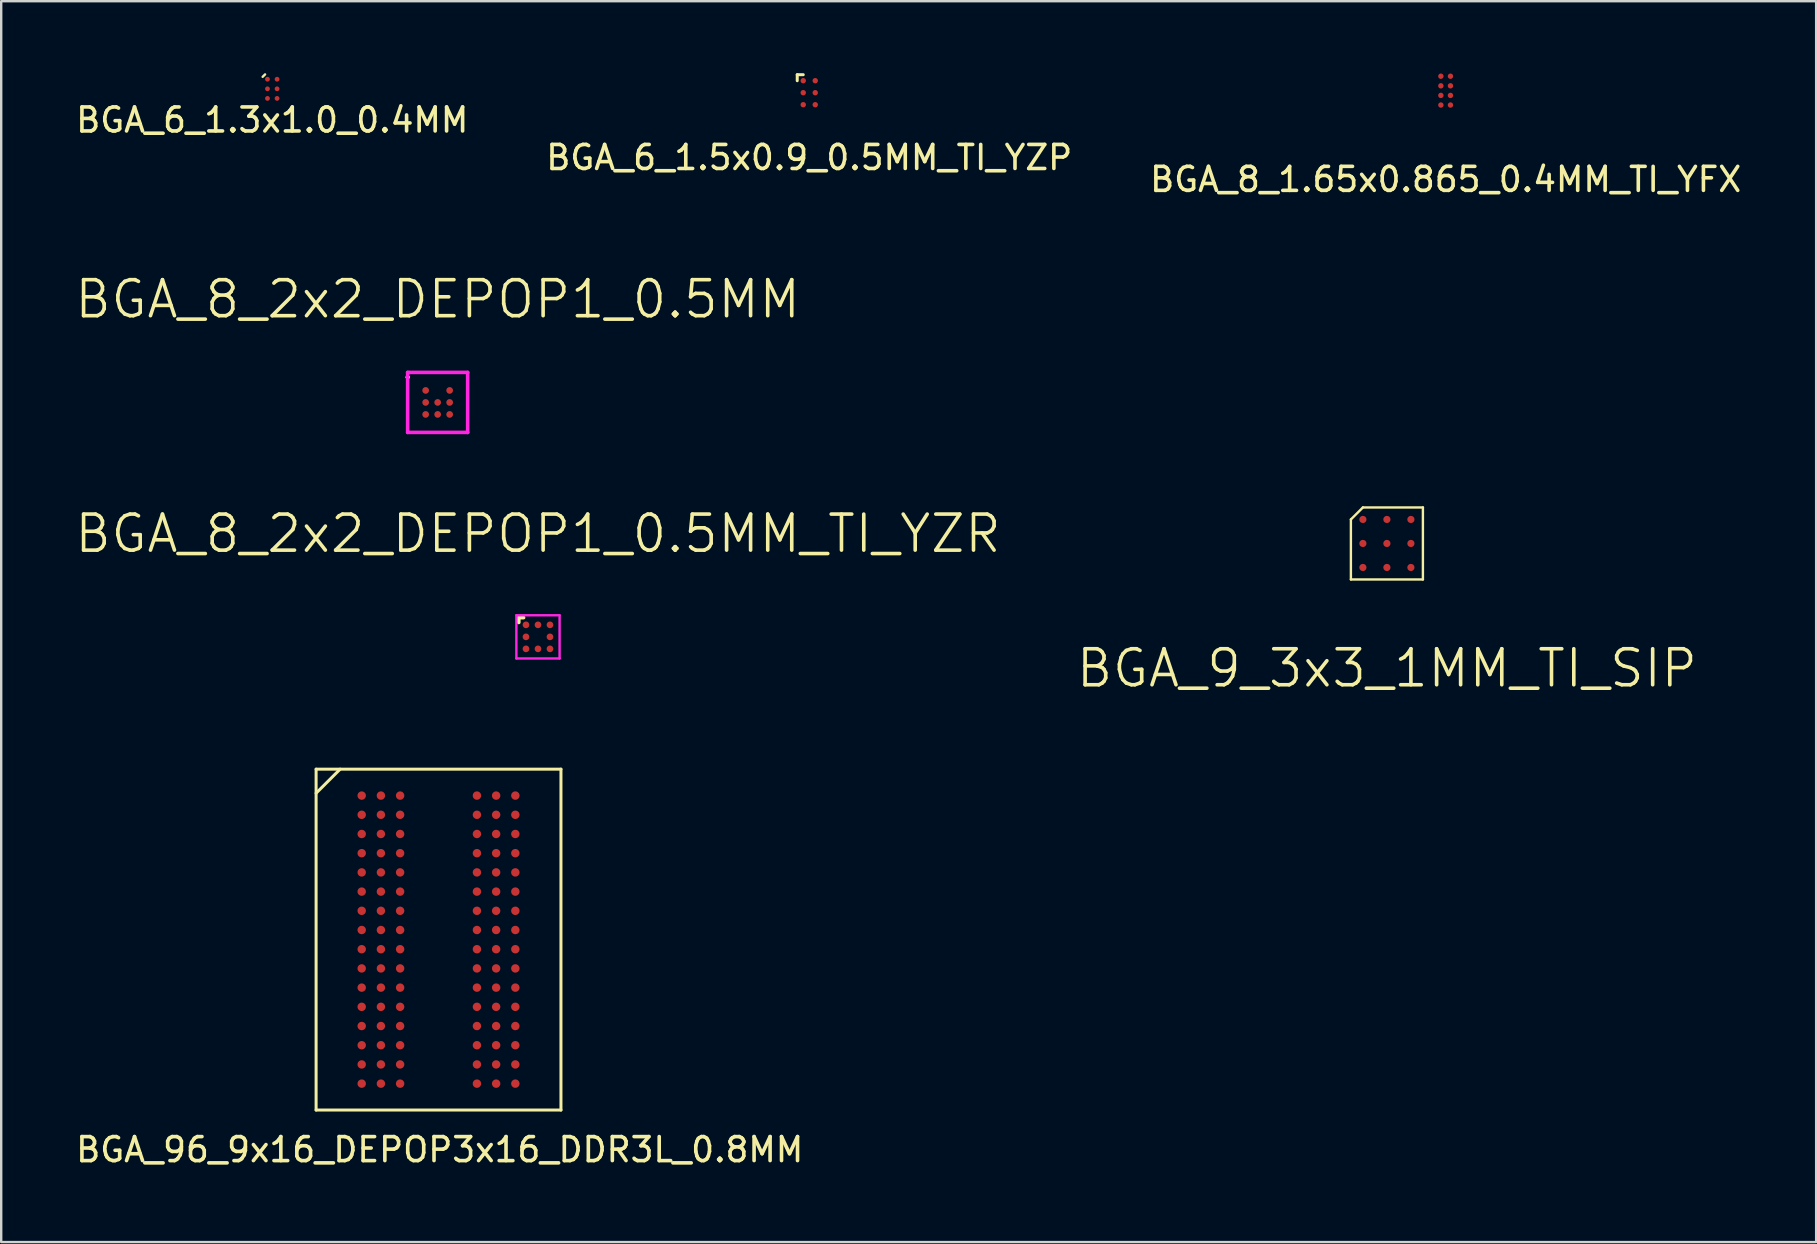
<source format=kicad_pcb>
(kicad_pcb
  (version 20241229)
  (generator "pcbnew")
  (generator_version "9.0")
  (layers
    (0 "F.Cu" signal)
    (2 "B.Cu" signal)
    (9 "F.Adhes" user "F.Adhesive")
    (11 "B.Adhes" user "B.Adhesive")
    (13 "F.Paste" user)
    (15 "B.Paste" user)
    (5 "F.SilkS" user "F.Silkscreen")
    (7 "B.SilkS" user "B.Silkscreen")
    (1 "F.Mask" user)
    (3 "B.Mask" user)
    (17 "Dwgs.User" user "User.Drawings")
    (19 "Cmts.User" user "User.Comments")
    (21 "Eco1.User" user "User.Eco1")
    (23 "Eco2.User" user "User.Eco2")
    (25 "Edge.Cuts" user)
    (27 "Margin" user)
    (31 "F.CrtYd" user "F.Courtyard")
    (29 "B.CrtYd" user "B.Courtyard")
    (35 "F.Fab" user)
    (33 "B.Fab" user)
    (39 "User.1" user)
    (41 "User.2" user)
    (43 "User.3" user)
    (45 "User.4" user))
  (footprint "BGA_6_1.5x0.9_0.5MM_TI_YZP"
    (layer "F.Cu")
    (at 30.661 0.812)
    (property "Reference" "BGA_6_1.5x0.9_0.5MM_TI_YZP" (at 0 2.7 0) (layer "F.SilkS") (effects (font (size 1 1) (thickness 0.15))))
    (attr through_hole)
    (fp_line (start -0.5 -0.75) (end -0.5 -0.5) (stroke (width 0.125) (type solid)) (layer "F.SilkS"))
    (fp_line (start -0.25 -0.75) (end -0.5 -0.75) (stroke (width 0.125) (type solid)) (layer "F.SilkS"))
    (pad "" smd rect (at -0.25 -0.5) (size 0.25 0.25) (layers "F.Paste"))
    (pad "" smd rect (at -0.25 0) (size 0.25 0.25) (layers "F.Paste"))
    (pad "" smd rect (at -0.25 0.5) (size 0.25 0.25) (layers "F.Paste"))
    (pad "" smd rect (at 0.25 -0.5) (size 0.25 0.25) (layers "F.Paste"))
    (pad "" smd rect (at 0.25 0) (size 0.25 0.25) (layers "F.Paste"))
    (pad "" smd rect (at 0.25 0.5) (size 0.25 0.25) (layers "F.Paste"))
    (pad "A1" smd circle (at -0.25 -0.5) (size 0.225 0.225) (layers "F.Cu" "F.Mask"))
    (pad "A2" smd circle (at 0.25 -0.5) (size 0.225 0.225) (layers "F.Cu" "F.Mask"))
    (pad "B1" smd circle (at -0.25 0) (size 0.225 0.225) (layers "F.Cu" "F.Mask"))
    (pad "B2" smd circle (at 0.25 0) (size 0.225 0.225) (layers "F.Cu" "F.Mask"))
    (pad "C1" smd circle (at -0.25 0.5) (size 0.225 0.225) (layers "F.Cu" "F.Mask"))
    (pad "C2" smd circle (at 0.25 0.5) (size 0.225 0.225) (layers "F.Cu" "F.Mask")))
  (footprint "BGA_96_9x16_DEPOP3x16_DDR3L_0.8MM"
    (layer "F.Cu")
    (at 15.218 36.092)
    (property "Reference" "BGA_96_9x16_DEPOP3x16_DDR3L_0.8MM" (at 0.05 8.75 0) (layer "F.SilkS") (effects (font (size 1 1) (thickness 0.15))))
    (attr smd)
    (fp_line (start -5.1 -7.1) (end -5.1 7.1) (stroke (width 0.125) (type solid)) (layer "F.SilkS"))
    (fp_line (start -5.1 -7.1) (end 5.1 -7.1) (stroke (width 0.125) (type solid)) (layer "F.SilkS"))
    (fp_line (start -5.1 7.1) (end 5.1 7.1) (stroke (width 0.125) (type solid)) (layer "F.SilkS"))
    (fp_line (start -4.1 -7.1) (end -5.1 -6.1) (stroke (width 0.125) (type solid)) (layer "F.SilkS"))
    (fp_line (start 5.1 7.1) (end 5.1 -7.1) (stroke (width 0.125) (type solid)) (layer "F.SilkS"))
    (pad "A1" smd circle (at -3.2 -6) (size 0.35 0.35) (layers "F.Cu" "F.Mask" "F.Paste"))
    (pad "A2" smd circle (at -2.4 -6) (size 0.35 0.35) (layers "F.Cu" "F.Mask" "F.Paste"))
    (pad "A3" smd circle (at -1.6 -6) (size 0.35 0.35) (layers "F.Cu" "F.Mask" "F.Paste"))
    (pad "A7" smd circle (at 1.6 -6) (size 0.35 0.35) (layers "F.Cu" "F.Mask" "F.Paste"))
    (pad "A8" smd circle (at 2.4 -6) (size 0.35 0.35) (layers "F.Cu" "F.Mask" "F.Paste"))
    (pad "A9" smd circle (at 3.2 -6) (size 0.35 0.35) (layers "F.Cu" "F.Mask" "F.Paste"))
    (pad "B1" smd circle (at -3.2 -5.2) (size 0.35 0.35) (layers "F.Cu" "F.Mask" "F.Paste"))
    (pad "B2" smd circle (at -2.4 -5.2) (size 0.35 0.35) (layers "F.Cu" "F.Mask" "F.Paste"))
    (pad "B3" smd circle (at -1.6 -5.2) (size 0.35 0.35) (layers "F.Cu" "F.Mask" "F.Paste"))
    (pad "B7" smd circle (at 1.6 -5.2) (size 0.35 0.35) (layers "F.Cu" "F.Mask" "F.Paste"))
    (pad "B8" smd circle (at 2.4 -5.2) (size 0.35 0.35) (layers "F.Cu" "F.Mask" "F.Paste"))
    (pad "B9" smd circle (at 3.2 -5.2) (size 0.35 0.35) (layers "F.Cu" "F.Mask" "F.Paste"))
    (pad "C1" smd circle (at -3.2 -4.4) (size 0.35 0.35) (layers "F.Cu" "F.Mask" "F.Paste"))
    (pad "C2" smd circle (at -2.4 -4.4) (size 0.35 0.35) (layers "F.Cu" "F.Mask" "F.Paste"))
    (pad "C3" smd circle (at -1.6 -4.4) (size 0.35 0.35) (layers "F.Cu" "F.Mask" "F.Paste"))
    (pad "C7" smd circle (at 1.6 -4.4) (size 0.35 0.35) (layers "F.Cu" "F.Mask" "F.Paste"))
    (pad "C8" smd circle (at 2.4 -4.4) (size 0.35 0.35) (layers "F.Cu" "F.Mask" "F.Paste"))
    (pad "C9" smd circle (at 3.2 -4.4) (size 0.35 0.35) (layers "F.Cu" "F.Mask" "F.Paste"))
    (pad "D1" smd circle (at -3.2 -3.6) (size 0.35 0.35) (layers "F.Cu" "F.Mask" "F.Paste"))
    (pad "D2" smd circle (at -2.4 -3.6) (size 0.35 0.35) (layers "F.Cu" "F.Mask" "F.Paste"))
    (pad "D3" smd circle (at -1.6 -3.6) (size 0.35 0.35) (layers "F.Cu" "F.Mask" "F.Paste"))
    (pad "D7" smd circle (at 1.6 -3.6) (size 0.35 0.35) (layers "F.Cu" "F.Mask" "F.Paste"))
    (pad "D8" smd circle (at 2.4 -3.6) (size 0.35 0.35) (layers "F.Cu" "F.Mask" "F.Paste"))
    (pad "D9" smd circle (at 3.2 -3.6) (size 0.35 0.35) (layers "F.Cu" "F.Mask" "F.Paste"))
    (pad "E1" smd circle (at -3.2 -2.8) (size 0.35 0.35) (layers "F.Cu" "F.Mask" "F.Paste"))
    (pad "E2" smd circle (at -2.4 -2.8) (size 0.35 0.35) (layers "F.Cu" "F.Mask" "F.Paste"))
    (pad "E3" smd circle (at -1.6 -2.8) (size 0.35 0.35) (layers "F.Cu" "F.Mask" "F.Paste"))
    (pad "E7" smd circle (at 1.6 -2.8) (size 0.35 0.35) (layers "F.Cu" "F.Mask" "F.Paste"))
    (pad "E8" smd circle (at 2.4 -2.8) (size 0.35 0.35) (layers "F.Cu" "F.Mask" "F.Paste"))
    (pad "E9" smd circle (at 3.2 -2.8) (size 0.35 0.35) (layers "F.Cu" "F.Mask" "F.Paste"))
    (pad "F1" smd circle (at -3.2 -2) (size 0.35 0.35) (layers "F.Cu" "F.Mask" "F.Paste"))
    (pad "F2" smd circle (at -2.4 -2) (size 0.35 0.35) (layers "F.Cu" "F.Mask" "F.Paste"))
    (pad "F3" smd circle (at -1.6 -2) (size 0.35 0.35) (layers "F.Cu" "F.Mask" "F.Paste"))
    (pad "F7" smd circle (at 1.6 -2) (size 0.35 0.35) (layers "F.Cu" "F.Mask" "F.Paste"))
    (pad "F8" smd circle (at 2.4 -2) (size 0.35 0.35) (layers "F.Cu" "F.Mask" "F.Paste"))
    (pad "F9" smd circle (at 3.2 -2) (size 0.35 0.35) (layers "F.Cu" "F.Mask" "F.Paste"))
    (pad "G1" smd circle (at -3.2 -1.2) (size 0.35 0.35) (layers "F.Cu" "F.Mask" "F.Paste"))
    (pad "G2" smd circle (at -2.4 -1.2) (size 0.35 0.35) (layers "F.Cu" "F.Mask" "F.Paste"))
    (pad "G3" smd circle (at -1.6 -1.2) (size 0.35 0.35) (layers "F.Cu" "F.Mask" "F.Paste"))
    (pad "G7" smd circle (at 1.6 -1.2) (size 0.35 0.35) (layers "F.Cu" "F.Mask" "F.Paste"))
    (pad "G8" smd circle (at 2.4 -1.2) (size 0.35 0.35) (layers "F.Cu" "F.Mask" "F.Paste"))
    (pad "G9" smd circle (at 3.2 -1.2) (size 0.35 0.35) (layers "F.Cu" "F.Mask" "F.Paste"))
    (pad "H1" smd circle (at -3.2 -0.4) (size 0.35 0.35) (layers "F.Cu" "F.Mask" "F.Paste"))
    (pad "H2" smd circle (at -2.4 -0.4) (size 0.35 0.35) (layers "F.Cu" "F.Mask" "F.Paste"))
    (pad "H3" smd circle (at -1.6 -0.4) (size 0.35 0.35) (layers "F.Cu" "F.Mask" "F.Paste"))
    (pad "H7" smd circle (at 1.6 -0.4) (size 0.35 0.35) (layers "F.Cu" "F.Mask" "F.Paste"))
    (pad "H8" smd circle (at 2.4 -0.4) (size 0.35 0.35) (layers "F.Cu" "F.Mask" "F.Paste"))
    (pad "H9" smd circle (at 3.2 -0.4) (size 0.35 0.35) (layers "F.Cu" "F.Mask" "F.Paste"))
    (pad "J1" smd circle (at -3.2 0.4) (size 0.35 0.35) (layers "F.Cu" "F.Mask" "F.Paste"))
    (pad "J2" smd circle (at -2.4 0.4) (size 0.35 0.35) (layers "F.Cu" "F.Mask" "F.Paste"))
    (pad "J3" smd circle (at -1.6 0.4) (size 0.35 0.35) (layers "F.Cu" "F.Mask" "F.Paste"))
    (pad "J7" smd circle (at 1.6 0.4) (size 0.35 0.35) (layers "F.Cu" "F.Mask" "F.Paste"))
    (pad "J8" smd circle (at 2.4 0.4) (size 0.35 0.35) (layers "F.Cu" "F.Mask" "F.Paste"))
    (pad "J9" smd circle (at 3.2 0.4) (size 0.35 0.35) (layers "F.Cu" "F.Mask" "F.Paste"))
    (pad "K1" smd circle (at -3.2 1.2) (size 0.35 0.35) (layers "F.Cu" "F.Mask" "F.Paste"))
    (pad "K2" smd circle (at -2.4 1.2) (size 0.35 0.35) (layers "F.Cu" "F.Mask" "F.Paste"))
    (pad "K3" smd circle (at -1.6 1.2) (size 0.35 0.35) (layers "F.Cu" "F.Mask" "F.Paste"))
    (pad "K7" smd circle (at 1.6 1.2) (size 0.35 0.35) (layers "F.Cu" "F.Mask" "F.Paste"))
    (pad "K8" smd circle (at 2.4 1.2) (size 0.35 0.35) (layers "F.Cu" "F.Mask" "F.Paste"))
    (pad "K9" smd circle (at 3.2 1.2) (size 0.35 0.35) (layers "F.Cu" "F.Mask" "F.Paste"))
    (pad "L1" smd circle (at -3.2 2) (size 0.35 0.35) (layers "F.Cu" "F.Mask" "F.Paste"))
    (pad "L2" smd circle (at -2.4 2) (size 0.35 0.35) (layers "F.Cu" "F.Mask" "F.Paste"))
    (pad "L3" smd circle (at -1.6 2) (size 0.35 0.35) (layers "F.Cu" "F.Mask" "F.Paste"))
    (pad "L7" smd circle (at 1.6 2) (size 0.35 0.35) (layers "F.Cu" "F.Mask" "F.Paste"))
    (pad "L8" smd circle (at 2.4 2) (size 0.35 0.35) (layers "F.Cu" "F.Mask" "F.Paste"))
    (pad "L9" smd circle (at 3.2 2) (size 0.35 0.35) (layers "F.Cu" "F.Mask" "F.Paste"))
    (pad "M1" smd circle (at -3.2 2.8) (size 0.35 0.35) (layers "F.Cu" "F.Mask" "F.Paste"))
    (pad "M2" smd circle (at -2.4 2.8) (size 0.35 0.35) (layers "F.Cu" "F.Mask" "F.Paste"))
    (pad "M3" smd circle (at -1.6 2.8) (size 0.35 0.35) (layers "F.Cu" "F.Mask" "F.Paste"))
    (pad "M7" smd circle (at 1.6 2.8) (size 0.35 0.35) (layers "F.Cu" "F.Mask" "F.Paste"))
    (pad "M8" smd circle (at 2.4 2.8) (size 0.35 0.35) (layers "F.Cu" "F.Mask" "F.Paste"))
    (pad "M9" smd circle (at 3.2 2.8) (size 0.35 0.35) (layers "F.Cu" "F.Mask" "F.Paste"))
    (pad "N1" smd circle (at -3.2 3.6) (size 0.35 0.35) (layers "F.Cu" "F.Mask" "F.Paste"))
    (pad "N2" smd circle (at -2.4 3.6) (size 0.35 0.35) (layers "F.Cu" "F.Mask" "F.Paste"))
    (pad "N3" smd circle (at -1.6 3.6) (size 0.35 0.35) (layers "F.Cu" "F.Mask" "F.Paste"))
    (pad "N7" smd circle (at 1.6 3.6) (size 0.35 0.35) (layers "F.Cu" "F.Mask" "F.Paste"))
    (pad "N8" smd circle (at 2.4 3.6) (size 0.35 0.35) (layers "F.Cu" "F.Mask" "F.Paste"))
    (pad "N9" smd circle (at 3.2 3.6) (size 0.35 0.35) (layers "F.Cu" "F.Mask" "F.Paste"))
    (pad "P1" smd circle (at -3.2 4.4) (size 0.35 0.35) (layers "F.Cu" "F.Mask" "F.Paste"))
    (pad "P2" smd circle (at -2.4 4.4) (size 0.35 0.35) (layers "F.Cu" "F.Mask" "F.Paste"))
    (pad "P3" smd circle (at -1.6 4.4) (size 0.35 0.35) (layers "F.Cu" "F.Mask" "F.Paste"))
    (pad "P7" smd circle (at 1.6 4.4) (size 0.35 0.35) (layers "F.Cu" "F.Mask" "F.Paste"))
    (pad "P8" smd circle (at 2.4 4.4) (size 0.35 0.35) (layers "F.Cu" "F.Mask" "F.Paste"))
    (pad "P9" smd circle (at 3.2 4.4) (size 0.35 0.35) (layers "F.Cu" "F.Mask" "F.Paste"))
    (pad "R1" smd circle (at -3.2 5.2) (size 0.35 0.35) (layers "F.Cu" "F.Mask" "F.Paste"))
    (pad "R2" smd circle (at -2.4 5.2) (size 0.35 0.35) (layers "F.Cu" "F.Mask" "F.Paste"))
    (pad "R3" smd circle (at -1.6 5.2) (size 0.35 0.35) (layers "F.Cu" "F.Mask" "F.Paste"))
    (pad "R7" smd circle (at 1.6 5.2) (size 0.35 0.35) (layers "F.Cu" "F.Mask" "F.Paste"))
    (pad "R8" smd circle (at 2.4 5.2) (size 0.35 0.35) (layers "F.Cu" "F.Mask" "F.Paste"))
    (pad "R9" smd circle (at 3.2 5.2) (size 0.35 0.35) (layers "F.Cu" "F.Mask" "F.Paste"))
    (pad "T1" smd circle (at -3.2 6) (size 0.35 0.35) (layers "F.Cu" "F.Mask" "F.Paste"))
    (pad "T2" smd circle (at -2.4 6) (size 0.35 0.35) (layers "F.Cu" "F.Mask" "F.Paste"))
    (pad "T3" smd circle (at -1.6 6) (size 0.35 0.35) (layers "F.Cu" "F.Mask" "F.Paste"))
    (pad "T7" smd circle (at 1.6 6) (size 0.35 0.35) (layers "F.Cu" "F.Mask" "F.Paste"))
    (pad "T8" smd circle (at 2.4 6) (size 0.35 0.35) (layers "F.Cu" "F.Mask" "F.Paste"))
    (pad "T9" smd circle (at 3.2 6) (size 0.35 0.35) (layers "F.Cu" "F.Mask" "F.Paste")))
  (footprint "BGA_8_1.65x0.865_0.4MM_TI_YFX"
    (layer "F.Cu")
    (at 57.173 0.725)
    (property "Reference" "BGA_8_1.65x0.865_0.4MM_TI_YFX" (at 0 3.7 0) (unlocked yes) (layer "F.SilkS") (effects (font (size 1 1) (thickness 0.15))))
    (attr smd)
    (pad "" smd roundrect (at -0.2 -0.6) (size 0.25 0.25) (layers "F.Paste") (roundrect_rratio 0.222))
    (pad "" smd roundrect (at -0.2 -0.2) (size 0.25 0.25) (layers "F.Paste") (roundrect_rratio 0.222))
    (pad "" smd roundrect (at -0.2 0.2) (size 0.25 0.25) (layers "F.Paste") (roundrect_rratio 0.222))
    (pad "" smd roundrect (at -0.2 0.6) (size 0.25 0.25) (layers "F.Paste") (roundrect_rratio 0.222))
    (pad "" smd roundrect (at 0.2 -0.6) (size 0.25 0.25) (layers "F.Paste") (roundrect_rratio 0.222))
    (pad "" smd roundrect (at 0.2 -0.2) (size 0.25 0.25) (layers "F.Paste") (roundrect_rratio 0.222))
    (pad "" smd roundrect (at 0.2 0.2) (size 0.25 0.25) (layers "F.Paste") (roundrect_rratio 0.222))
    (pad "" smd roundrect (at 0.2 0.6) (size 0.25 0.25) (layers "F.Paste") (roundrect_rratio 0.222))
    (pad "A1" smd circle (at -0.2 -0.6) (size 0.225 0.225) (layers "F.Cu" "F.Mask"))
    (pad "A2" smd circle (at 0.2 -0.6) (size 0.225 0.225) (layers "F.Cu" "F.Mask"))
    (pad "B1" smd circle (at -0.2 -0.2) (size 0.225 0.225) (layers "F.Cu" "F.Mask"))
    (pad "B2" smd circle (at 0.2 -0.2) (size 0.225 0.225) (layers "F.Cu" "F.Mask"))
    (pad "C1" smd circle (at -0.2 0.2) (size 0.225 0.225) (layers "F.Cu" "F.Mask"))
    (pad "C2" smd circle (at 0.2 0.2) (size 0.225 0.225) (layers "F.Cu" "F.Mask"))
    (pad "D1" smd circle (at -0.2 0.6) (size 0.225 0.225) (layers "F.Cu" "F.Mask"))
    (pad "D2" smd circle (at 0.2 0.6) (size 0.225 0.225) (layers "F.Cu" "F.Mask")))
  (footprint "BGA_9_3x3_1MM_TI_SIP"
    (layer "F.Cu")
    (at 54.725 19.589)
    (property "Reference" "BGA_9_3x3_1MM_TI_SIP" (at 0 5.2 0) (layer "F.SilkS") (effects (font (size 1.5 1.5) (thickness 0.15))))
    (attr smd)
    (fp_line (start -1.5 -1) (end -1.5 1.5) (stroke (width 0.1) (type solid)) (layer "F.SilkS"))
    (fp_line (start -1.5 -1) (end -1 -1.5) (stroke (width 0.1) (type solid)) (layer "F.SilkS"))
    (fp_line (start -1 -1.5) (end 1.5 -1.5) (stroke (width 0.1) (type solid)) (layer "F.SilkS"))
    (fp_line (start 1.5 -1.5) (end 1.5 1.5) (stroke (width 0.1) (type solid)) (layer "F.SilkS"))
    (fp_line (start 1.5 1.5) (end -1.5 1.5) (stroke (width 0.1) (type solid)) (layer "F.SilkS"))
    (pad "A1" smd circle (at -1 -1) (size 0.3 0.3) (layers "F.Cu" "F.Mask" "F.Paste"))
    (pad "A2" smd circle (at 0 -1) (size 0.3 0.3) (layers "F.Cu" "F.Mask" "F.Paste"))
    (pad "A3" smd circle (at 1 -1) (size 0.3 0.3) (layers "F.Cu" "F.Mask" "F.Paste"))
    (pad "B1" smd circle (at -1 0) (size 0.3 0.3) (layers "F.Cu" "F.Mask" "F.Paste"))
    (pad "B2" smd circle (at 0 0) (size 0.3 0.3) (layers "F.Cu" "F.Mask" "F.Paste"))
    (pad "B3" smd circle (at 1 0) (size 0.3 0.3) (layers "F.Cu" "F.Mask" "F.Paste"))
    (pad "C1" smd circle (at -1 1) (size 0.3 0.3) (layers "F.Cu" "F.Mask" "F.Paste"))
    (pad "C2" smd circle (at 0 1) (size 0.3 0.3) (layers "F.Cu" "F.Mask" "F.Paste"))
    (pad "C3" smd circle (at 1 1) (size 0.3 0.3) (layers "F.Cu" "F.Mask" "F.Paste")))
  (footprint "BGA_8_2x2_DEPOP1_0.5MM"
    (layer "F.Cu")
    (at 15.182 13.714)
    (property "Reference" "BGA_8_2x2_DEPOP1_0.5MM" (at 0 -4.3 0) (layer "F.SilkS") (effects (font (size 1.5 1.5) (thickness 0.15))))
    (attr through_hole)
    (fp_line (start -1.25 -1.25) (end -1.25 1.25) (stroke (width 0.15) (type solid)) (layer "F.CrtYd"))
    (fp_line (start -1.25 1.25) (end 1.25 1.25) (stroke (width 0.15) (type solid)) (layer "F.CrtYd"))
    (fp_line (start 1.25 -1.25) (end -1.25 -1.25) (stroke (width 0.15) (type solid)) (layer "F.CrtYd"))
    (fp_line (start 1.25 1.25) (end 1.25 -1.25) (stroke (width 0.15) (type solid)) (layer "F.CrtYd"))
    (fp_text user "." (at -1.25 -1.25 0) (layer "F.SilkS") (effects (font (size 0.5 0.5) (thickness 0.125))))
    (pad "A1" smd circle (at -0.5 -0.5) (size 0.28 0.28) (layers "F.Cu" "F.Mask" "F.Paste"))
    (pad "A3" smd circle (at 0.5 -0.5) (size 0.28 0.28) (layers "F.Cu" "F.Mask" "F.Paste"))
    (pad "B1" smd circle (at -0.5 0) (size 0.28 0.28) (layers "F.Cu" "F.Mask" "F.Paste"))
    (pad "B2" smd circle (at 0 0) (size 0.28 0.28) (layers "F.Cu" "F.Mask" "F.Paste"))
    (pad "B3" smd circle (at 0.5 0) (size 0.28 0.28) (layers "F.Cu" "F.Mask" "F.Paste"))
    (pad "C1" smd circle (at -0.5 0.5) (size 0.28 0.28) (layers "F.Cu" "F.Mask" "F.Paste"))
    (pad "C2" smd circle (at 0 0.5) (size 0.28 0.28) (layers "F.Cu" "F.Mask" "F.Paste"))
    (pad "C3" smd circle (at 0.5 0.5) (size 0.28 0.28) (layers "F.Cu" "F.Mask" "F.Paste")))
  (footprint "BGA_6_1.3x1.0_0.4MM"
    (layer "F.Cu")
    (at 8.292 0.65)
    (property "Reference" "BGA_6_1.3x1.0_0.4MM" (at 0 1.3 0) (layer "F.SilkS") (effects (font (size 1 1) (thickness 0.15))))
    (attr through_hole)
    (fp_line (start -0.3 -0.6) (end -0.4 -0.5) (stroke (width 0.1) (type solid)) (layer "F.SilkS"))
    (pad "A1" smd circle (at -0.2 -0.4) (size 0.2 0.2) (layers "F.Cu" "F.Mask" "F.Paste"))
    (pad "A2" smd circle (at 0.2 -0.4) (size 0.2 0.2) (layers "F.Cu" "F.Mask" "F.Paste"))
    (pad "B1" smd circle (at -0.2 0) (size 0.2 0.2) (layers "F.Cu" "F.Mask" "F.Paste"))
    (pad "B2" smd circle (at 0.2 0) (size 0.2 0.2) (layers "F.Cu" "F.Mask" "F.Paste"))
    (pad "C1" smd circle (at -0.2 0.4) (size 0.2 0.2) (layers "F.Cu" "F.Mask" "F.Paste"))
    (pad "C2" smd circle (at 0.2 0.4) (size 0.2 0.2) (layers "F.Cu" "F.Mask" "F.Paste")))
  (footprint "BGA_8_2x2_DEPOP1_0.5MM_TI_YZR"
    (layer "F.Cu")
    (at 19.361 23.48)
    (property "Reference" "BGA_8_2x2_DEPOP1_0.5MM_TI_YZR" (at 0 -4.3 0) (layer "F.SilkS") (effects (font (size 1.5 1.5) (thickness 0.15))))
    (attr smd)
    (fp_line (start -0.8 -0.8) (end -0.8 -0.6) (stroke (width 0.15) (type solid)) (layer "F.SilkS"))
    (fp_line (start -0.6 -0.8) (end -0.8 -0.8) (stroke (width 0.15) (type solid)) (layer "F.SilkS"))
    (fp_line (start -0.9 -0.9) (end -0.9 0.9) (stroke (width 0.1) (type solid)) (layer "F.CrtYd"))
    (fp_line (start -0.9 0.9) (end 0.9 0.9) (stroke (width 0.1) (type solid)) (layer "F.CrtYd"))
    (fp_line (start 0.9 -0.9) (end -0.9 -0.9) (stroke (width 0.1) (type solid)) (layer "F.CrtYd"))
    (fp_line (start 0.9 0.9) (end 0.9 -0.9) (stroke (width 0.1) (type solid)) (layer "F.CrtYd"))
    (pad "A1" smd circle (at -0.5 -0.5) (size 0.28 0.28) (layers "F.Cu" "F.Mask" "F.Paste"))
    (pad "A2" smd circle (at 0 -0.5) (size 0.28 0.28) (layers "F.Cu" "F.Mask" "F.Paste"))
    (pad "A3" smd circle (at 0.5 -0.5) (size 0.28 0.28) (layers "F.Cu" "F.Mask" "F.Paste"))
    (pad "B1" smd circle (at -0.5 0) (size 0.28 0.28) (layers "F.Cu" "F.Mask" "F.Paste"))
    (pad "B3" smd circle (at 0.5 0) (size 0.28 0.28) (layers "F.Cu" "F.Mask" "F.Paste"))
    (pad "C1" smd circle (at -0.5 0.5) (size 0.28 0.28) (layers "F.Cu" "F.Mask" "F.Paste"))
    (pad "C2" smd circle (at 0 0.5) (size 0.28 0.28) (layers "F.Cu" "F.Mask" "F.Paste"))
    (pad "C3" smd circle (at 0.5 0.5) (size 0.28 0.28) (layers "F.Cu" "F.Mask" "F.Paste")))
  (gr_rect
    (start -3 -3)
    (end 72.607 48.691)
    (stroke (width 0.1) (type default))
    (fill no)
    (layer "Edge.Cuts")))
</source>
